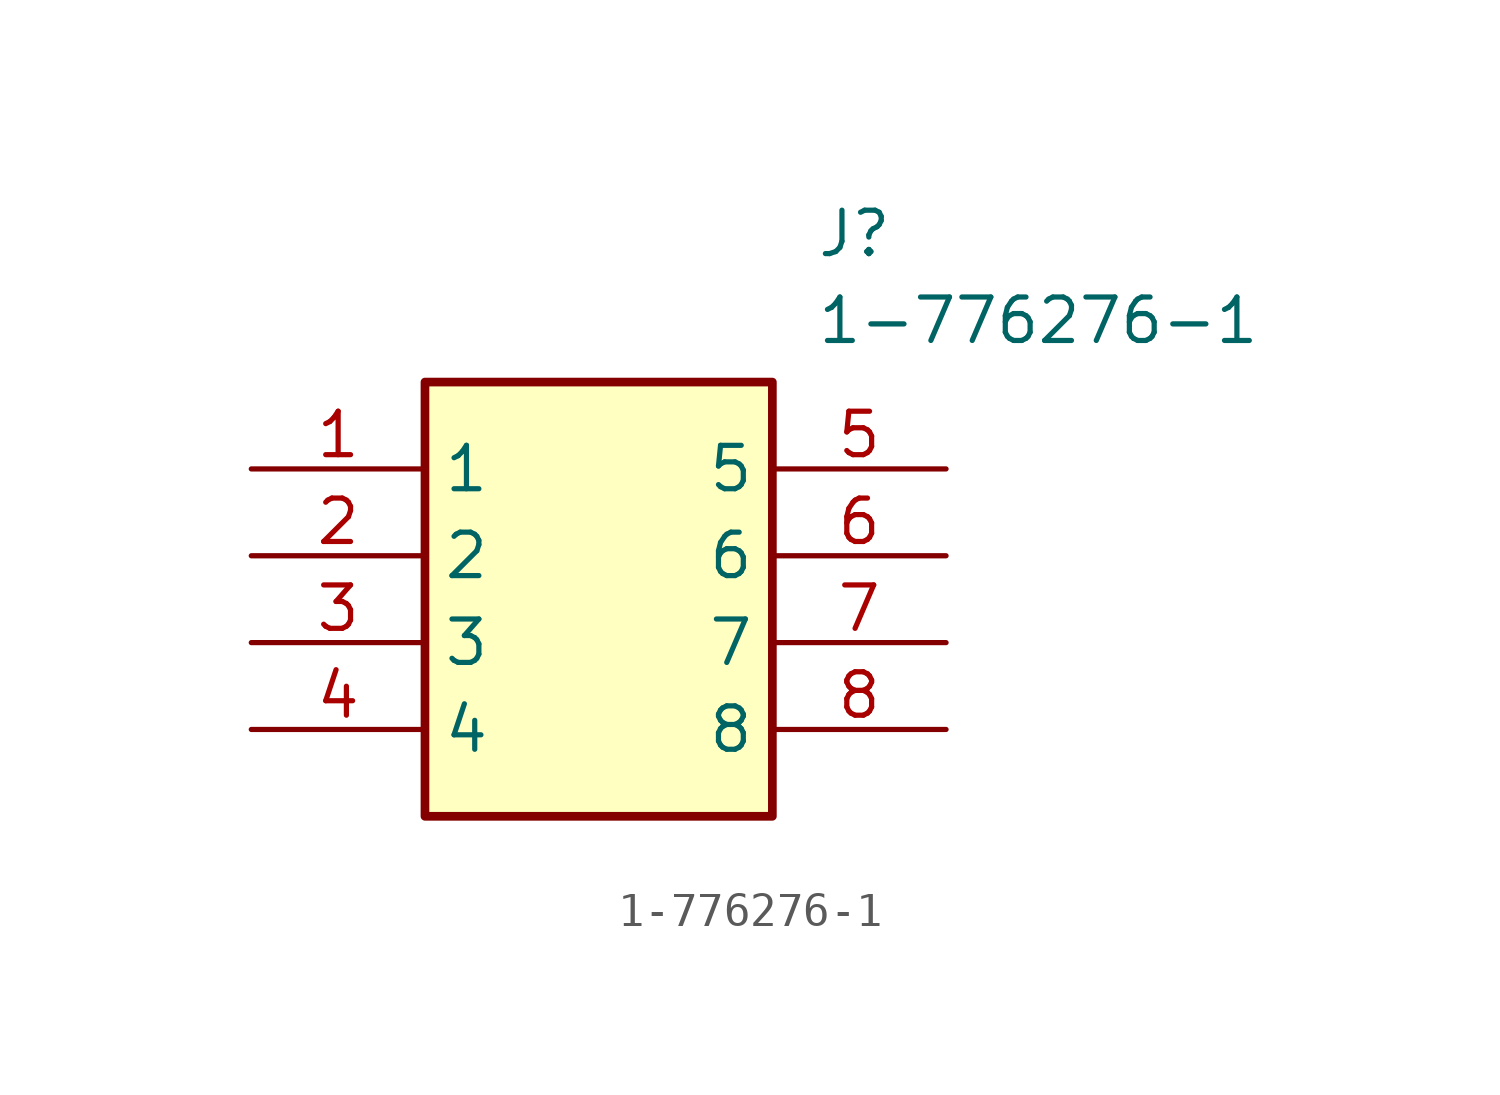
<source format=kicad_sym>
(kicad_symbol_lib
  (version 20211014)
  (generator SamacSys_ECAD_Model)
  (symbol "1-776276-1"
    (property "Reference" "J"
      (at 16.51 7.62 0)
      (effects (font (size 1.27 1.27)) (justify left top)))
    (property "Value" "1-776276-1"
      (at 16.51 5.08 0)
      (effects (font (size 1.27 1.27)) (justify left top)))
    (rectangle
      (start 5.08 2.54)
      (end 15.24 -10.16)
      (stroke (width 0.254) (type default))
      (fill (type background)))
    (pin passive line
      (at 0 0 0)
      (length 5.08)
      (name "1" (effects (font (size 1.27 1.27))))
      (number "1" (effects (font (size 1.27 1.27)))))
    (pin passive line
      (at 0 -2.54 0)
      (length 5.08)
      (name "2" (effects (font (size 1.27 1.27))))
      (number "2" (effects (font (size 1.27 1.27)))))
    (pin passive line
      (at 0 -5.08 0)
      (length 5.08)
      (name "3" (effects (font (size 1.27 1.27))))
      (number "3" (effects (font (size 1.27 1.27)))))
    (pin passive line
      (at 0 -7.62 0)
      (length 5.08)
      (name "4" (effects (font (size 1.27 1.27))))
      (number "4" (effects (font (size 1.27 1.27)))))
    (pin passive line
      (at 20.32 0 180)
      (length 5.08)
      (name "5" (effects (font (size 1.27 1.27))))
      (number "5" (effects (font (size 1.27 1.27)))))
    (pin passive line
      (at 20.32 -2.54 180)
      (length 5.08)
      (name "6" (effects (font (size 1.27 1.27))))
      (number "6" (effects (font (size 1.27 1.27)))))
    (pin passive line
      (at 20.32 -5.08 180)
      (length 5.08)
      (name "7" (effects (font (size 1.27 1.27))))
      (number "7" (effects (font (size 1.27 1.27)))))
    (pin passive line
      (at 20.32 -7.62 180)
      (length 5.08)
      (name "8" (effects (font (size 1.27 1.27))))
      (number "8" (effects (font (size 1.27 1.27)))))))
</source>
